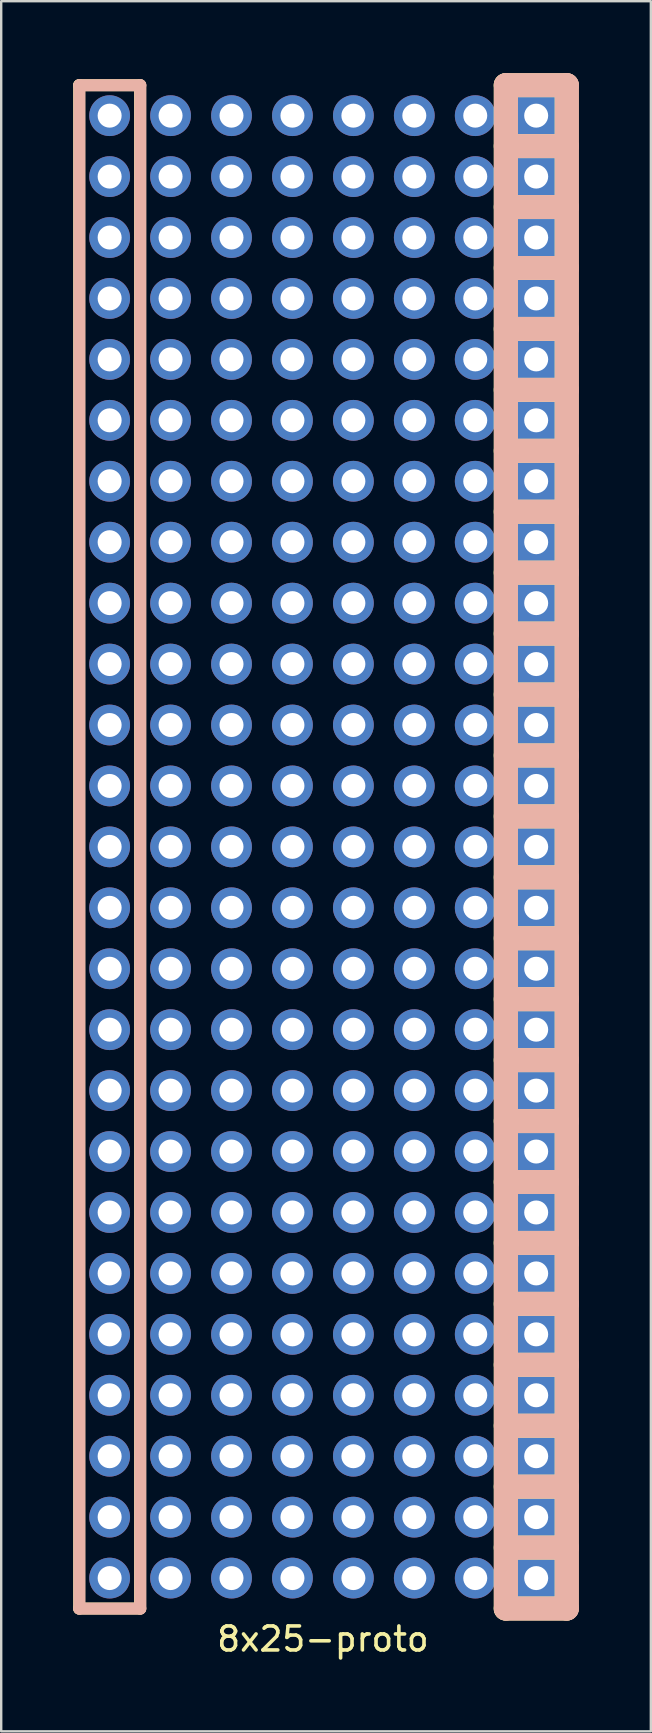
<source format=kicad_pcb>
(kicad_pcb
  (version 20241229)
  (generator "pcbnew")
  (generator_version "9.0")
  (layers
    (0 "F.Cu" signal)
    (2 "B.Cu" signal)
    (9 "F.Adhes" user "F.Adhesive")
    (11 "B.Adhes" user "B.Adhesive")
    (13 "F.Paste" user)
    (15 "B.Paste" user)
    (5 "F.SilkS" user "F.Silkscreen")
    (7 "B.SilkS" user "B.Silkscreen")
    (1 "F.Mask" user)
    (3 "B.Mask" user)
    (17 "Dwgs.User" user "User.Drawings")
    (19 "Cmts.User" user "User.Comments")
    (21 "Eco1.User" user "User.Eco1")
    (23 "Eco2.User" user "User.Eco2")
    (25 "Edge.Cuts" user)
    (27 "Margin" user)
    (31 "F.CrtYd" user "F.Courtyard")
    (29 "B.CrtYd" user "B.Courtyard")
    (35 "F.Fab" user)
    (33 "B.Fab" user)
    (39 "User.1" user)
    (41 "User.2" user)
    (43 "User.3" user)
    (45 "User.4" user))
  (footprint "8x25-proto"
    (layer "F.Cu")
    (at 10.41 32.251)
    (property "Reference" "8x25-proto" (at 0 33.02 0) (layer "F.SilkS") (effects (font (size 1 1) (thickness 0.15))))
    (attr through_hole)
    (fp_line (start -10.16 -31.75) (end -10.16 31.75) (stroke (width 0.5) (type solid)) (layer "F.SilkS"))
    (fp_line (start -10.16 31.75) (end -7.62 31.75) (stroke (width 0.5) (type solid)) (layer "F.SilkS"))
    (fp_line (start -7.62 -31.75) (end -10.16 -31.75) (stroke (width 0.5) (type solid)) (layer "F.SilkS"))
    (fp_line (start -7.62 31.75) (end -7.62 -31.75) (stroke (width 0.5) (type solid)) (layer "F.SilkS"))
    (fp_line (start 7.62 -31.75) (end 7.62 31.75) (stroke (width 1) (type solid)) (layer "F.SilkS"))
    (fp_line (start 7.62 -29.21) (end 10.16 -29.21) (stroke (width 1) (type solid)) (layer "F.SilkS"))
    (fp_line (start 7.62 -26.67) (end 10.16 -26.67) (stroke (width 1) (type solid)) (layer "F.SilkS"))
    (fp_line (start 7.62 -24.13) (end 10.16 -24.13) (stroke (width 1) (type solid)) (layer "F.SilkS"))
    (fp_line (start 7.62 -21.59) (end 10.16 -21.59) (stroke (width 1) (type solid)) (layer "F.SilkS"))
    (fp_line (start 7.62 -19.05) (end 10.16 -19.05) (stroke (width 1) (type solid)) (layer "F.SilkS"))
    (fp_line (start 7.62 -16.51) (end 10.16 -16.51) (stroke (width 1) (type solid)) (layer "F.SilkS"))
    (fp_line (start 7.62 -13.97) (end 10.16 -13.97) (stroke (width 1) (type solid)) (layer "F.SilkS"))
    (fp_line (start 7.62 -11.43) (end 10.16 -11.43) (stroke (width 1) (type solid)) (layer "F.SilkS"))
    (fp_line (start 7.62 -8.89) (end 10.16 -8.89) (stroke (width 1) (type solid)) (layer "F.SilkS"))
    (fp_line (start 7.62 -6.35) (end 10.16 -6.35) (stroke (width 1) (type solid)) (layer "F.SilkS"))
    (fp_line (start 7.62 -3.81) (end 10.16 -3.81) (stroke (width 1) (type solid)) (layer "F.SilkS"))
    (fp_line (start 7.62 -1.27) (end 10.16 -1.27) (stroke (width 1) (type solid)) (layer "F.SilkS"))
    (fp_line (start 7.62 1.27) (end 10.16 1.27) (stroke (width 1) (type solid)) (layer "F.SilkS"))
    (fp_line (start 7.62 3.81) (end 10.16 3.81) (stroke (width 1) (type solid)) (layer "F.SilkS"))
    (fp_line (start 7.62 6.35) (end 10.16 6.35) (stroke (width 1) (type solid)) (layer "F.SilkS"))
    (fp_line (start 7.62 8.89) (end 10.16 8.89) (stroke (width 1) (type solid)) (layer "F.SilkS"))
    (fp_line (start 7.62 11.43) (end 10.16 11.43) (stroke (width 1) (type solid)) (layer "F.SilkS"))
    (fp_line (start 7.62 13.97) (end 10.16 13.97) (stroke (width 1) (type solid)) (layer "F.SilkS"))
    (fp_line (start 7.62 16.51) (end 10.16 16.51) (stroke (width 1) (type solid)) (layer "F.SilkS"))
    (fp_line (start 7.62 19.05) (end 10.16 19.05) (stroke (width 1) (type solid)) (layer "F.SilkS"))
    (fp_line (start 7.62 21.59) (end 10.16 21.59) (stroke (width 1) (type solid)) (layer "F.SilkS"))
    (fp_line (start 7.62 24.13) (end 10.16 24.13) (stroke (width 1) (type solid)) (layer "F.SilkS"))
    (fp_line (start 7.62 26.67) (end 10.16 26.67) (stroke (width 1) (type solid)) (layer "F.SilkS"))
    (fp_line (start 7.62 29.21) (end 10.16 29.21) (stroke (width 1) (type solid)) (layer "F.SilkS"))
    (fp_line (start 7.62 31.75) (end 10.16 31.75) (stroke (width 1) (type solid)) (layer "F.SilkS"))
    (fp_line (start 10.16 -31.75) (end 7.62 -31.75) (stroke (width 1) (type solid)) (layer "F.SilkS"))
    (fp_line (start 10.16 31.75) (end 10.16 -31.75) (stroke (width 1) (type solid)) (layer "F.SilkS"))
    (fp_line (start -10.15 -31.748) (end -7.61 -31.748) (stroke (width 0.5) (type solid)) (layer "B.SilkS"))
    (fp_line (start -10.15 31.752) (end -10.15 -31.748) (stroke (width 0.5) (type solid)) (layer "B.SilkS"))
    (fp_line (start -7.61 -31.748) (end -7.61 31.752) (stroke (width 0.5) (type solid)) (layer "B.SilkS"))
    (fp_line (start -7.61 31.752) (end -10.15 31.752) (stroke (width 0.5) (type solid)) (layer "B.SilkS"))
    (fp_line (start 7.63 -31.751) (end 10.17 -31.751) (stroke (width 1) (type solid)) (layer "B.SilkS"))
    (fp_line (start 7.63 -29.211) (end 10.17 -29.211) (stroke (width 1) (type solid)) (layer "B.SilkS"))
    (fp_line (start 7.63 -26.671) (end 10.17 -26.671) (stroke (width 1) (type solid)) (layer "B.SilkS"))
    (fp_line (start 7.63 -24.131) (end 10.17 -24.131) (stroke (width 1) (type solid)) (layer "B.SilkS"))
    (fp_line (start 7.63 -21.591) (end 10.17 -21.591) (stroke (width 1) (type solid)) (layer "B.SilkS"))
    (fp_line (start 7.63 -19.051) (end 10.17 -19.051) (stroke (width 1) (type solid)) (layer "B.SilkS"))
    (fp_line (start 7.63 -16.511) (end 10.17 -16.511) (stroke (width 1) (type solid)) (layer "B.SilkS"))
    (fp_line (start 7.63 -13.971) (end 10.17 -13.971) (stroke (width 1) (type solid)) (layer "B.SilkS"))
    (fp_line (start 7.63 -11.431) (end 10.17 -11.431) (stroke (width 1) (type solid)) (layer "B.SilkS"))
    (fp_line (start 7.63 -8.891) (end 10.17 -8.891) (stroke (width 1) (type solid)) (layer "B.SilkS"))
    (fp_line (start 7.63 -6.351) (end 10.17 -6.351) (stroke (width 1) (type solid)) (layer "B.SilkS"))
    (fp_line (start 7.63 -3.811) (end 10.17 -3.811) (stroke (width 1) (type solid)) (layer "B.SilkS"))
    (fp_line (start 7.63 -1.271) (end 10.17 -1.271) (stroke (width 1) (type solid)) (layer "B.SilkS"))
    (fp_line (start 7.63 1.269) (end 10.17 1.269) (stroke (width 1) (type solid)) (layer "B.SilkS"))
    (fp_line (start 7.63 3.809) (end 10.17 3.809) (stroke (width 1) (type solid)) (layer "B.SilkS"))
    (fp_line (start 7.63 6.349) (end 10.17 6.349) (stroke (width 1) (type solid)) (layer "B.SilkS"))
    (fp_line (start 7.63 8.889) (end 10.17 8.889) (stroke (width 1) (type solid)) (layer "B.SilkS"))
    (fp_line (start 7.63 11.429) (end 10.17 11.429) (stroke (width 1) (type solid)) (layer "B.SilkS"))
    (fp_line (start 7.63 13.969) (end 10.17 13.969) (stroke (width 1) (type solid)) (layer "B.SilkS"))
    (fp_line (start 7.63 16.509) (end 10.17 16.509) (stroke (width 1) (type solid)) (layer "B.SilkS"))
    (fp_line (start 7.63 19.049) (end 10.17 19.049) (stroke (width 1) (type solid)) (layer "B.SilkS"))
    (fp_line (start 7.63 21.589) (end 10.17 21.589) (stroke (width 1) (type solid)) (layer "B.SilkS"))
    (fp_line (start 7.63 24.129) (end 10.17 24.129) (stroke (width 1) (type solid)) (layer "B.SilkS"))
    (fp_line (start 7.63 26.669) (end 10.17 26.669) (stroke (width 1) (type solid)) (layer "B.SilkS"))
    (fp_line (start 7.63 29.209) (end 10.17 29.209) (stroke (width 1) (type solid)) (layer "B.SilkS"))
    (fp_line (start 7.63 31.749) (end 7.63 -31.751) (stroke (width 1) (type solid)) (layer "B.SilkS"))
    (fp_line (start 10.17 -31.751) (end 10.17 31.749) (stroke (width 1) (type solid)) (layer "B.SilkS"))
    (fp_line (start 10.17 31.749) (end 7.63 31.749) (stroke (width 1) (type solid)) (layer "B.SilkS"))
    (pad "" thru_hole circle (at -6.35 -30.48) (size 1.7 1.7) (drill 1) (layers "*.Cu" "*.Mask"))
    (pad "" thru_hole circle (at -6.35 -27.94) (size 1.7 1.7) (drill 1) (layers "*.Cu" "*.Mask"))
    (pad "" thru_hole circle (at -6.35 -25.4) (size 1.7 1.7) (drill 1) (layers "*.Cu" "*.Mask"))
    (pad "" thru_hole circle (at -6.35 -22.86) (size 1.7 1.7) (drill 1) (layers "*.Cu" "*.Mask"))
    (pad "" thru_hole circle (at -6.35 -20.32) (size 1.7 1.7) (drill 1) (layers "*.Cu" "*.Mask"))
    (pad "" thru_hole circle (at -6.35 -17.78) (size 1.7 1.7) (drill 1) (layers "*.Cu" "*.Mask"))
    (pad "" thru_hole circle (at -6.35 -15.24) (size 1.7 1.7) (drill 1) (layers "*.Cu" "*.Mask"))
    (pad "" thru_hole circle (at -6.35 -12.7) (size 1.7 1.7) (drill 1) (layers "*.Cu" "*.Mask"))
    (pad "" thru_hole circle (at -6.35 -10.16) (size 1.7 1.7) (drill 1) (layers "*.Cu" "*.Mask"))
    (pad "" thru_hole circle (at -6.35 -7.62) (size 1.7 1.7) (drill 1) (layers "*.Cu" "*.Mask"))
    (pad "" thru_hole circle (at -6.35 -5.08) (size 1.7 1.7) (drill 1) (layers "*.Cu" "*.Mask"))
    (pad "" thru_hole circle (at -6.35 -2.54) (size 1.7 1.7) (drill 1) (layers "*.Cu" "*.Mask"))
    (pad "" thru_hole circle (at -6.35 0) (size 1.7 1.7) (drill 1) (layers "*.Cu" "*.Mask"))
    (pad "" thru_hole circle (at -6.35 2.54) (size 1.7 1.7) (drill 1) (layers "*.Cu" "*.Mask"))
    (pad "" thru_hole circle (at -6.35 5.08) (size 1.7 1.7) (drill 1) (layers "*.Cu" "*.Mask"))
    (pad "" thru_hole circle (at -6.35 7.62) (size 1.7 1.7) (drill 1) (layers "*.Cu" "*.Mask"))
    (pad "" thru_hole circle (at -6.35 10.16) (size 1.7 1.7) (drill 1) (layers "*.Cu" "*.Mask"))
    (pad "" thru_hole circle (at -6.35 12.7) (size 1.7 1.7) (drill 1) (layers "*.Cu" "*.Mask"))
    (pad "" thru_hole circle (at -6.35 15.24) (size 1.7 1.7) (drill 1) (layers "*.Cu" "*.Mask"))
    (pad "" thru_hole circle (at -6.35 17.78) (size 1.7 1.7) (drill 1) (layers "*.Cu" "*.Mask"))
    (pad "" thru_hole circle (at -6.35 20.32) (size 1.7 1.7) (drill 1) (layers "*.Cu" "*.Mask"))
    (pad "" thru_hole circle (at -6.35 22.86) (size 1.7 1.7) (drill 1) (layers "*.Cu" "*.Mask"))
    (pad "" thru_hole circle (at -6.35 25.4) (size 1.7 1.7) (drill 1) (layers "*.Cu" "*.Mask"))
    (pad "" thru_hole circle (at -6.35 27.94) (size 1.7 1.7) (drill 1) (layers "*.Cu" "*.Mask"))
    (pad "" thru_hole circle (at -6.35 30.48) (size 1.7 1.7) (drill 1) (layers "*.Cu" "*.Mask"))
    (pad "" thru_hole circle (at -3.81 -30.48) (size 1.7 1.7) (drill 1) (layers "*.Cu" "*.Mask"))
    (pad "" thru_hole circle (at -3.81 -27.94) (size 1.7 1.7) (drill 1) (layers "*.Cu" "*.Mask"))
    (pad "" thru_hole circle (at -3.81 -25.4) (size 1.7 1.7) (drill 1) (layers "*.Cu" "*.Mask"))
    (pad "" thru_hole circle (at -3.81 -22.86) (size 1.7 1.7) (drill 1) (layers "*.Cu" "*.Mask"))
    (pad "" thru_hole circle (at -3.81 -20.32) (size 1.7 1.7) (drill 1) (layers "*.Cu" "*.Mask"))
    (pad "" thru_hole circle (at -3.81 -17.78) (size 1.7 1.7) (drill 1) (layers "*.Cu" "*.Mask"))
    (pad "" thru_hole circle (at -3.81 -15.24) (size 1.7 1.7) (drill 1) (layers "*.Cu" "*.Mask"))
    (pad "" thru_hole circle (at -3.81 -12.7) (size 1.7 1.7) (drill 1) (layers "*.Cu" "*.Mask"))
    (pad "" thru_hole circle (at -3.81 -10.16) (size 1.7 1.7) (drill 1) (layers "*.Cu" "*.Mask"))
    (pad "" thru_hole circle (at -3.81 -7.62) (size 1.7 1.7) (drill 1) (layers "*.Cu" "*.Mask"))
    (pad "" thru_hole circle (at -3.81 -5.08) (size 1.7 1.7) (drill 1) (layers "*.Cu" "*.Mask"))
    (pad "" thru_hole circle (at -3.81 -2.54) (size 1.7 1.7) (drill 1) (layers "*.Cu" "*.Mask"))
    (pad "" thru_hole circle (at -3.81 0) (size 1.7 1.7) (drill 1) (layers "*.Cu" "*.Mask"))
    (pad "" thru_hole circle (at -3.81 2.54) (size 1.7 1.7) (drill 1) (layers "*.Cu" "*.Mask"))
    (pad "" thru_hole circle (at -3.81 5.08) (size 1.7 1.7) (drill 1) (layers "*.Cu" "*.Mask"))
    (pad "" thru_hole circle (at -3.81 7.62) (size 1.7 1.7) (drill 1) (layers "*.Cu" "*.Mask"))
    (pad "" thru_hole circle (at -3.81 10.16) (size 1.7 1.7) (drill 1) (layers "*.Cu" "*.Mask"))
    (pad "" thru_hole circle (at -3.81 12.7) (size 1.7 1.7) (drill 1) (layers "*.Cu" "*.Mask"))
    (pad "" thru_hole circle (at -3.81 15.24) (size 1.7 1.7) (drill 1) (layers "*.Cu" "*.Mask"))
    (pad "" thru_hole circle (at -3.81 17.78) (size 1.7 1.7) (drill 1) (layers "*.Cu" "*.Mask"))
    (pad "" thru_hole circle (at -3.81 20.32) (size 1.7 1.7) (drill 1) (layers "*.Cu" "*.Mask"))
    (pad "" thru_hole circle (at -3.81 22.86) (size 1.7 1.7) (drill 1) (layers "*.Cu" "*.Mask"))
    (pad "" thru_hole circle (at -3.81 25.4) (size 1.7 1.7) (drill 1) (layers "*.Cu" "*.Mask"))
    (pad "" thru_hole circle (at -3.81 27.94) (size 1.7 1.7) (drill 1) (layers "*.Cu" "*.Mask"))
    (pad "" thru_hole circle (at -3.81 30.48) (size 1.7 1.7) (drill 1) (layers "*.Cu" "*.Mask"))
    (pad "" thru_hole circle (at -1.27 -30.48) (size 1.7 1.7) (drill 1) (layers "*.Cu" "*.Mask"))
    (pad "" thru_hole circle (at -1.27 -27.94) (size 1.7 1.7) (drill 1) (layers "*.Cu" "*.Mask"))
    (pad "" thru_hole circle (at -1.27 -25.4) (size 1.7 1.7) (drill 1) (layers "*.Cu" "*.Mask"))
    (pad "" thru_hole circle (at -1.27 -22.86) (size 1.7 1.7) (drill 1) (layers "*.Cu" "*.Mask"))
    (pad "" thru_hole circle (at -1.27 -20.32) (size 1.7 1.7) (drill 1) (layers "*.Cu" "*.Mask"))
    (pad "" thru_hole circle (at -1.27 -17.78) (size 1.7 1.7) (drill 1) (layers "*.Cu" "*.Mask"))
    (pad "" thru_hole circle (at -1.27 -15.24) (size 1.7 1.7) (drill 1) (layers "*.Cu" "*.Mask"))
    (pad "" thru_hole circle (at -1.27 -12.7) (size 1.7 1.7) (drill 1) (layers "*.Cu" "*.Mask"))
    (pad "" thru_hole circle (at -1.27 -10.16) (size 1.7 1.7) (drill 1) (layers "*.Cu" "*.Mask"))
    (pad "" thru_hole circle (at -1.27 -7.62) (size 1.7 1.7) (drill 1) (layers "*.Cu" "*.Mask"))
    (pad "" thru_hole circle (at -1.27 -5.08) (size 1.7 1.7) (drill 1) (layers "*.Cu" "*.Mask"))
    (pad "" thru_hole circle (at -1.27 -2.54) (size 1.7 1.7) (drill 1) (layers "*.Cu" "*.Mask"))
    (pad "" thru_hole circle (at -1.27 0) (size 1.7 1.7) (drill 1) (layers "*.Cu" "*.Mask"))
    (pad "" thru_hole circle (at -1.27 2.54) (size 1.7 1.7) (drill 1) (layers "*.Cu" "*.Mask"))
    (pad "" thru_hole circle (at -1.27 5.08) (size 1.7 1.7) (drill 1) (layers "*.Cu" "*.Mask"))
    (pad "" thru_hole circle (at -1.27 7.62) (size 1.7 1.7) (drill 1) (layers "*.Cu" "*.Mask"))
    (pad "" thru_hole circle (at -1.27 10.16) (size 1.7 1.7) (drill 1) (layers "*.Cu" "*.Mask"))
    (pad "" thru_hole circle (at -1.27 12.7) (size 1.7 1.7) (drill 1) (layers "*.Cu" "*.Mask"))
    (pad "" thru_hole circle (at -1.27 15.24) (size 1.7 1.7) (drill 1) (layers "*.Cu" "*.Mask"))
    (pad "" thru_hole circle (at -1.27 17.78) (size 1.7 1.7) (drill 1) (layers "*.Cu" "*.Mask"))
    (pad "" thru_hole circle (at -1.27 20.32) (size 1.7 1.7) (drill 1) (layers "*.Cu" "*.Mask"))
    (pad "" thru_hole circle (at -1.27 22.86) (size 1.7 1.7) (drill 1) (layers "*.Cu" "*.Mask"))
    (pad "" thru_hole circle (at -1.27 25.4) (size 1.7 1.7) (drill 1) (layers "*.Cu" "*.Mask"))
    (pad "" thru_hole circle (at -1.27 27.94) (size 1.7 1.7) (drill 1) (layers "*.Cu" "*.Mask"))
    (pad "" thru_hole circle (at -1.27 30.48) (size 1.7 1.7) (drill 1) (layers "*.Cu" "*.Mask"))
    (pad "" thru_hole circle (at 1.27 -30.48) (size 1.7 1.7) (drill 1) (layers "*.Cu" "*.Mask"))
    (pad "" thru_hole circle (at 1.27 -27.94) (size 1.7 1.7) (drill 1) (layers "*.Cu" "*.Mask"))
    (pad "" thru_hole circle (at 1.27 -25.4) (size 1.7 1.7) (drill 1) (layers "*.Cu" "*.Mask"))
    (pad "" thru_hole circle (at 1.27 -22.86) (size 1.7 1.7) (drill 1) (layers "*.Cu" "*.Mask"))
    (pad "" thru_hole circle (at 1.27 -20.32) (size 1.7 1.7) (drill 1) (layers "*.Cu" "*.Mask"))
    (pad "" thru_hole circle (at 1.27 -17.78) (size 1.7 1.7) (drill 1) (layers "*.Cu" "*.Mask"))
    (pad "" thru_hole circle (at 1.27 -15.24) (size 1.7 1.7) (drill 1) (layers "*.Cu" "*.Mask"))
    (pad "" thru_hole circle (at 1.27 -12.7) (size 1.7 1.7) (drill 1) (layers "*.Cu" "*.Mask"))
    (pad "" thru_hole circle (at 1.27 -10.16) (size 1.7 1.7) (drill 1) (layers "*.Cu" "*.Mask"))
    (pad "" thru_hole circle (at 1.27 -7.62) (size 1.7 1.7) (drill 1) (layers "*.Cu" "*.Mask"))
    (pad "" thru_hole circle (at 1.27 -5.08) (size 1.7 1.7) (drill 1) (layers "*.Cu" "*.Mask"))
    (pad "" thru_hole circle (at 1.27 -2.54) (size 1.7 1.7) (drill 1) (layers "*.Cu" "*.Mask"))
    (pad "" thru_hole circle (at 1.27 0) (size 1.7 1.7) (drill 1) (layers "*.Cu" "*.Mask"))
    (pad "" thru_hole circle (at 1.27 2.54) (size 1.7 1.7) (drill 1) (layers "*.Cu" "*.Mask"))
    (pad "" thru_hole circle (at 1.27 5.08) (size 1.7 1.7) (drill 1) (layers "*.Cu" "*.Mask"))
    (pad "" thru_hole circle (at 1.27 7.62) (size 1.7 1.7) (drill 1) (layers "*.Cu" "*.Mask"))
    (pad "" thru_hole circle (at 1.27 10.16) (size 1.7 1.7) (drill 1) (layers "*.Cu" "*.Mask"))
    (pad "" thru_hole circle (at 1.27 12.7) (size 1.7 1.7) (drill 1) (layers "*.Cu" "*.Mask"))
    (pad "" thru_hole circle (at 1.27 15.24) (size 1.7 1.7) (drill 1) (layers "*.Cu" "*.Mask"))
    (pad "" thru_hole circle (at 1.27 17.78) (size 1.7 1.7) (drill 1) (layers "*.Cu" "*.Mask"))
    (pad "" thru_hole circle (at 1.27 20.32) (size 1.7 1.7) (drill 1) (layers "*.Cu" "*.Mask"))
    (pad "" thru_hole circle (at 1.27 22.86) (size 1.7 1.7) (drill 1) (layers "*.Cu" "*.Mask"))
    (pad "" thru_hole circle (at 1.27 25.4) (size 1.7 1.7) (drill 1) (layers "*.Cu" "*.Mask"))
    (pad "" thru_hole circle (at 1.27 27.94) (size 1.7 1.7) (drill 1) (layers "*.Cu" "*.Mask"))
    (pad "" thru_hole circle (at 1.27 30.48) (size 1.7 1.7) (drill 1) (layers "*.Cu" "*.Mask"))
    (pad "" thru_hole circle (at 3.81 -30.48) (size 1.7 1.7) (drill 1) (layers "*.Cu" "*.Mask"))
    (pad "" thru_hole circle (at 3.81 -27.94) (size 1.7 1.7) (drill 1) (layers "*.Cu" "*.Mask"))
    (pad "" thru_hole circle (at 3.81 -25.4) (size 1.7 1.7) (drill 1) (layers "*.Cu" "*.Mask"))
    (pad "" thru_hole circle (at 3.81 -22.86) (size 1.7 1.7) (drill 1) (layers "*.Cu" "*.Mask"))
    (pad "" thru_hole circle (at 3.81 -20.32) (size 1.7 1.7) (drill 1) (layers "*.Cu" "*.Mask"))
    (pad "" thru_hole circle (at 3.81 -17.78) (size 1.7 1.7) (drill 1) (layers "*.Cu" "*.Mask"))
    (pad "" thru_hole circle (at 3.81 -15.24) (size 1.7 1.7) (drill 1) (layers "*.Cu" "*.Mask"))
    (pad "" thru_hole circle (at 3.81 -12.7) (size 1.7 1.7) (drill 1) (layers "*.Cu" "*.Mask"))
    (pad "" thru_hole circle (at 3.81 -10.16) (size 1.7 1.7) (drill 1) (layers "*.Cu" "*.Mask"))
    (pad "" thru_hole circle (at 3.81 -7.62) (size 1.7 1.7) (drill 1) (layers "*.Cu" "*.Mask"))
    (pad "" thru_hole circle (at 3.81 -5.08) (size 1.7 1.7) (drill 1) (layers "*.Cu" "*.Mask"))
    (pad "" thru_hole circle (at 3.81 -2.54) (size 1.7 1.7) (drill 1) (layers "*.Cu" "*.Mask"))
    (pad "" thru_hole circle (at 3.81 0) (size 1.7 1.7) (drill 1) (layers "*.Cu" "*.Mask"))
    (pad "" thru_hole circle (at 3.81 2.54) (size 1.7 1.7) (drill 1) (layers "*.Cu" "*.Mask"))
    (pad "" thru_hole circle (at 3.81 5.08) (size 1.7 1.7) (drill 1) (layers "*.Cu" "*.Mask"))
    (pad "" thru_hole circle (at 3.81 7.62) (size 1.7 1.7) (drill 1) (layers "*.Cu" "*.Mask"))
    (pad "" thru_hole circle (at 3.81 10.16) (size 1.7 1.7) (drill 1) (layers "*.Cu" "*.Mask"))
    (pad "" thru_hole circle (at 3.81 12.7) (size 1.7 1.7) (drill 1) (layers "*.Cu" "*.Mask"))
    (pad "" thru_hole circle (at 3.81 15.24) (size 1.7 1.7) (drill 1) (layers "*.Cu" "*.Mask"))
    (pad "" thru_hole circle (at 3.81 17.78) (size 1.7 1.7) (drill 1) (layers "*.Cu" "*.Mask"))
    (pad "" thru_hole circle (at 3.81 20.32) (size 1.7 1.7) (drill 1) (layers "*.Cu" "*.Mask"))
    (pad "" thru_hole circle (at 3.81 22.86) (size 1.7 1.7) (drill 1) (layers "*.Cu" "*.Mask"))
    (pad "" thru_hole circle (at 3.81 25.4) (size 1.7 1.7) (drill 1) (layers "*.Cu" "*.Mask"))
    (pad "" thru_hole circle (at 3.81 27.94) (size 1.7 1.7) (drill 1) (layers "*.Cu" "*.Mask"))
    (pad "" thru_hole circle (at 3.81 30.48) (size 1.7 1.7) (drill 1) (layers "*.Cu" "*.Mask"))
    (pad "" thru_hole circle (at 6.35 -30.48) (size 1.7 1.7) (drill 1) (layers "*.Cu" "*.Mask"))
    (pad "" thru_hole circle (at 6.35 -27.94) (size 1.7 1.7) (drill 1) (layers "*.Cu" "*.Mask"))
    (pad "" thru_hole circle (at 6.35 -25.4) (size 1.7 1.7) (drill 1) (layers "*.Cu" "*.Mask"))
    (pad "" thru_hole circle (at 6.35 -22.86) (size 1.7 1.7) (drill 1) (layers "*.Cu" "*.Mask"))
    (pad "" thru_hole circle (at 6.35 -20.32) (size 1.7 1.7) (drill 1) (layers "*.Cu" "*.Mask"))
    (pad "" thru_hole circle (at 6.35 -17.78) (size 1.7 1.7) (drill 1) (layers "*.Cu" "*.Mask"))
    (pad "" thru_hole circle (at 6.35 -15.24) (size 1.7 1.7) (drill 1) (layers "*.Cu" "*.Mask"))
    (pad "" thru_hole circle (at 6.35 -12.7) (size 1.7 1.7) (drill 1) (layers "*.Cu" "*.Mask"))
    (pad "" thru_hole circle (at 6.35 -10.16) (size 1.7 1.7) (drill 1) (layers "*.Cu" "*.Mask"))
    (pad "" thru_hole circle (at 6.35 -7.62) (size 1.7 1.7) (drill 1) (layers "*.Cu" "*.Mask"))
    (pad "" thru_hole circle (at 6.35 -5.08) (size 1.7 1.7) (drill 1) (layers "*.Cu" "*.Mask"))
    (pad "" thru_hole circle (at 6.35 -2.54) (size 1.7 1.7) (drill 1) (layers "*.Cu" "*.Mask"))
    (pad "" thru_hole circle (at 6.35 0) (size 1.7 1.7) (drill 1) (layers "*.Cu" "*.Mask"))
    (pad "" thru_hole circle (at 6.35 2.54) (size 1.7 1.7) (drill 1) (layers "*.Cu" "*.Mask"))
    (pad "" thru_hole circle (at 6.35 5.08) (size 1.7 1.7) (drill 1) (layers "*.Cu" "*.Mask"))
    (pad "" thru_hole circle (at 6.35 7.62) (size 1.7 1.7) (drill 1) (layers "*.Cu" "*.Mask"))
    (pad "" thru_hole circle (at 6.35 10.16) (size 1.7 1.7) (drill 1) (layers "*.Cu" "*.Mask"))
    (pad "" thru_hole circle (at 6.35 12.7) (size 1.7 1.7) (drill 1) (layers "*.Cu" "*.Mask"))
    (pad "" thru_hole circle (at 6.35 15.24) (size 1.7 1.7) (drill 1) (layers "*.Cu" "*.Mask"))
    (pad "" thru_hole circle (at 6.35 17.78) (size 1.7 1.7) (drill 1) (layers "*.Cu" "*.Mask"))
    (pad "" thru_hole circle (at 6.35 20.32) (size 1.7 1.7) (drill 1) (layers "*.Cu" "*.Mask"))
    (pad "" thru_hole circle (at 6.35 22.86) (size 1.7 1.7) (drill 1) (layers "*.Cu" "*.Mask"))
    (pad "" thru_hole circle (at 6.35 25.4) (size 1.7 1.7) (drill 1) (layers "*.Cu" "*.Mask"))
    (pad "" thru_hole circle (at 6.35 27.94) (size 1.7 1.7) (drill 1) (layers "*.Cu" "*.Mask"))
    (pad "" thru_hole circle (at 6.35 30.48) (size 1.7 1.7) (drill 1) (layers "*.Cu" "*.Mask"))
    (pad "1" thru_hole circle (at -8.89 -30.48) (size 1.7 1.7) (drill 1) (layers "*.Cu" "*.Mask"))
    (pad "1" thru_hole circle (at -8.89 -27.94) (size 1.7 1.7) (drill 1) (layers "*.Cu" "*.Mask"))
    (pad "1" thru_hole circle (at -8.89 -25.4) (size 1.7 1.7) (drill 1) (layers "*.Cu" "*.Mask"))
    (pad "1" thru_hole circle (at -8.89 -22.86) (size 1.7 1.7) (drill 1) (layers "*.Cu" "*.Mask"))
    (pad "1" thru_hole circle (at -8.89 -20.32) (size 1.7 1.7) (drill 1) (layers "*.Cu" "*.Mask"))
    (pad "1" thru_hole circle (at -8.89 -17.78) (size 1.7 1.7) (drill 1) (layers "*.Cu" "*.Mask"))
    (pad "1" thru_hole circle (at -8.89 -15.24) (size 1.7 1.7) (drill 1) (layers "*.Cu" "*.Mask"))
    (pad "1" thru_hole circle (at -8.89 -12.7) (size 1.7 1.7) (drill 1) (layers "*.Cu" "*.Mask"))
    (pad "1" thru_hole circle (at -8.89 -10.16) (size 1.7 1.7) (drill 1) (layers "*.Cu" "*.Mask"))
    (pad "1" thru_hole circle (at -8.89 -7.62) (size 1.7 1.7) (drill 1) (layers "*.Cu" "*.Mask"))
    (pad "1" thru_hole circle (at -8.89 -5.08) (size 1.7 1.7) (drill 1) (layers "*.Cu" "*.Mask"))
    (pad "1" thru_hole circle (at -8.89 -2.54) (size 1.7 1.7) (drill 1) (layers "*.Cu" "*.Mask"))
    (pad "1" thru_hole circle (at -8.89 0) (size 1.7 1.7) (drill 1) (layers "*.Cu" "*.Mask"))
    (pad "1" thru_hole circle (at -8.89 2.54) (size 1.7 1.7) (drill 1) (layers "*.Cu" "*.Mask"))
    (pad "1" thru_hole circle (at -8.89 5.08) (size 1.7 1.7) (drill 1) (layers "*.Cu" "*.Mask"))
    (pad "1" thru_hole circle (at -8.89 7.62) (size 1.7 1.7) (drill 1) (layers "*.Cu" "*.Mask"))
    (pad "1" thru_hole circle (at -8.89 10.16) (size 1.7 1.7) (drill 1) (layers "*.Cu" "*.Mask"))
    (pad "1" thru_hole circle (at -8.89 12.7) (size 1.7 1.7) (drill 1) (layers "*.Cu" "*.Mask"))
    (pad "1" thru_hole circle (at -8.89 15.24) (size 1.7 1.7) (drill 1) (layers "*.Cu" "*.Mask"))
    (pad "1" thru_hole circle (at -8.89 17.78) (size 1.7 1.7) (drill 1) (layers "*.Cu" "*.Mask"))
    (pad "1" thru_hole circle (at -8.89 20.32) (size 1.7 1.7) (drill 1) (layers "*.Cu" "*.Mask"))
    (pad "1" thru_hole circle (at -8.89 22.86) (size 1.7 1.7) (drill 1) (layers "*.Cu" "*.Mask"))
    (pad "1" thru_hole circle (at -8.89 25.4) (size 1.7 1.7) (drill 1) (layers "*.Cu" "*.Mask"))
    (pad "1" thru_hole circle (at -8.89 27.94) (size 1.7 1.7) (drill 1) (layers "*.Cu" "*.Mask"))
    (pad "1" thru_hole circle (at -8.89 30.48) (size 1.7 1.7) (drill 1) (layers "*.Cu" "*.Mask"))
    (pad "2" thru_hole rect (at 8.89 -30.48) (size 1.7 1.7) (drill 1) (layers "*.Cu" "*.Mask"))
    (pad "2" thru_hole rect (at 8.89 -27.94) (size 1.7 1.7) (drill 1) (layers "*.Cu" "*.Mask"))
    (pad "2" thru_hole rect (at 8.89 -25.4) (size 1.7 1.7) (drill 1) (layers "*.Cu" "*.Mask"))
    (pad "2" thru_hole rect (at 8.89 -22.86) (size 1.7 1.7) (drill 1) (layers "*.Cu" "*.Mask"))
    (pad "2" thru_hole rect (at 8.89 -20.32) (size 1.7 1.7) (drill 1) (layers "*.Cu" "*.Mask"))
    (pad "2" thru_hole rect (at 8.89 -17.78) (size 1.7 1.7) (drill 1) (layers "*.Cu" "*.Mask"))
    (pad "2" thru_hole rect (at 8.89 -15.24) (size 1.7 1.7) (drill 1) (layers "*.Cu" "*.Mask"))
    (pad "2" thru_hole rect (at 8.89 -12.7) (size 1.7 1.7) (drill 1) (layers "*.Cu" "*.Mask"))
    (pad "2" thru_hole rect (at 8.89 -10.16) (size 1.7 1.7) (drill 1) (layers "*.Cu" "*.Mask"))
    (pad "2" thru_hole rect (at 8.89 -7.62) (size 1.7 1.7) (drill 1) (layers "*.Cu" "*.Mask"))
    (pad "2" thru_hole rect (at 8.89 -5.08) (size 1.7 1.7) (drill 1) (layers "*.Cu" "*.Mask"))
    (pad "2" thru_hole rect (at 8.89 -2.54) (size 1.7 1.7) (drill 1) (layers "*.Cu" "*.Mask"))
    (pad "2" thru_hole rect (at 8.89 0) (size 1.7 1.7) (drill 1) (layers "*.Cu" "*.Mask"))
    (pad "2" thru_hole rect (at 8.89 2.54) (size 1.7 1.7) (drill 1) (layers "*.Cu" "*.Mask"))
    (pad "2" thru_hole rect (at 8.89 5.08) (size 1.7 1.7) (drill 1) (layers "*.Cu" "*.Mask"))
    (pad "2" thru_hole rect (at 8.89 7.62) (size 1.7 1.7) (drill 1) (layers "*.Cu" "*.Mask"))
    (pad "2" thru_hole rect (at 8.89 10.16) (size 1.7 1.7) (drill 1) (layers "*.Cu" "*.Mask"))
    (pad "2" thru_hole rect (at 8.89 12.7) (size 1.7 1.7) (drill 1) (layers "*.Cu" "*.Mask"))
    (pad "2" thru_hole rect (at 8.89 15.24) (size 1.7 1.7) (drill 1) (layers "*.Cu" "*.Mask"))
    (pad "2" thru_hole rect (at 8.89 17.78) (size 1.7 1.7) (drill 1) (layers "*.Cu" "*.Mask"))
    (pad "2" thru_hole rect (at 8.89 20.32) (size 1.7 1.7) (drill 1) (layers "*.Cu" "*.Mask"))
    (pad "2" thru_hole rect (at 8.89 22.86) (size 1.7 1.7) (drill 1) (layers "*.Cu" "*.Mask"))
    (pad "2" thru_hole rect (at 8.89 25.4) (size 1.7 1.7) (drill 1) (layers "*.Cu" "*.Mask"))
    (pad "2" thru_hole rect (at 8.89 27.94) (size 1.7 1.7) (drill 1) (layers "*.Cu" "*.Mask"))
    (pad "2" thru_hole rect (at 8.89 30.48) (size 1.7 1.7) (drill 1) (layers "*.Cu" "*.Mask")))
  (gr_rect
    (start -3 -3)
    (end 24.08 69.12)
    (stroke (width 0.1) (type default))
    (fill no)
    (layer "Edge.Cuts")))
</source>
